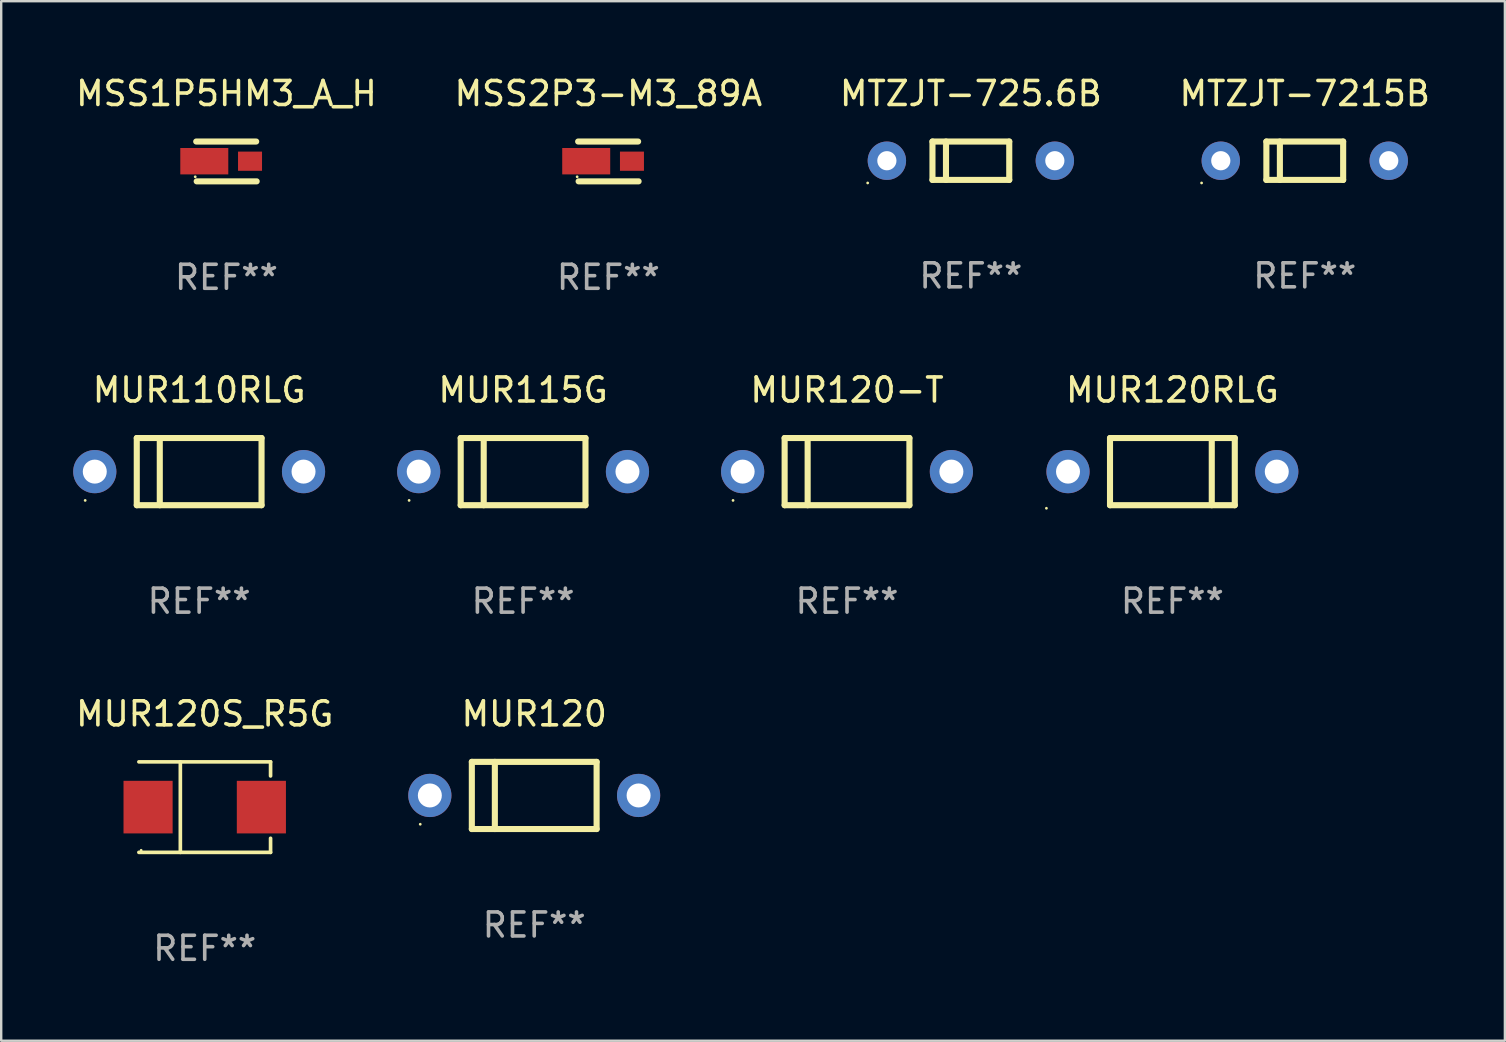
<source format=kicad_pcb>
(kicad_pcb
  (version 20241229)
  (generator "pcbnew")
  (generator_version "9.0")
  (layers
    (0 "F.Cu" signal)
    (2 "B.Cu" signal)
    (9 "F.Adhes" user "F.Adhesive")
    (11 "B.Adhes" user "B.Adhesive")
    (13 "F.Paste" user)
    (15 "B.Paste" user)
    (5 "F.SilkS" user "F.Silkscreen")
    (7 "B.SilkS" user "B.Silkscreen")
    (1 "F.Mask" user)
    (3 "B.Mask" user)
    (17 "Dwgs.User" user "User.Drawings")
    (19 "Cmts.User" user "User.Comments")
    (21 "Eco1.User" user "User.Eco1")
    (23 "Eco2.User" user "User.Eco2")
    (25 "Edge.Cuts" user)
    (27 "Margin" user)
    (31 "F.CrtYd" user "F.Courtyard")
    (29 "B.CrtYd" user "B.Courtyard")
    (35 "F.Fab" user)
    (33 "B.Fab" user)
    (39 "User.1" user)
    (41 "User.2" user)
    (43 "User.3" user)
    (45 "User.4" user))
  (footprint "MUR110RLG"
    (layer "F.Cu")
    (at 5.25 16.605)
    (property "Reference" "MUR110RLG" (at 0 -3.4 0) (layer "F.SilkS") (effects (font (size 1 1) (thickness 0.15))))
    (attr through_hole)
    (fp_line (start -2.6 -1.4) (end -2.6 1.4) (stroke (width 0.254) (type solid)) (layer "F.SilkS"))
    (fp_line (start -2.6 -1.4) (end 2.6 -1.4) (stroke (width 0.254) (type solid)) (layer "F.SilkS"))
    (fp_line (start -2.6 1.4) (end 2.6 1.4) (stroke (width 0.254) (type solid)) (layer "F.SilkS"))
    (fp_line (start -1.641 -1.4) (end -1.641 1.4) (stroke (width 0.254) (type solid)) (layer "F.SilkS"))
    (fp_line (start 2.6 -1.4) (end 2.6 1.4) (stroke (width 0.254) (type solid)) (layer "F.SilkS"))
    (fp_circle (center -4.75 1.2) (end -4.72 1.2) (stroke (width 0.06) (type solid)) (fill no) (layer "F.SilkS"))
    (fp_text user "REF**" (at 0 5.4 0) (layer "F.Fab") (effects (font (size 1 1) (thickness 0.15))))
    (pad "1" thru_hole circle (at -4.35 0) (size 1.8 1.8) (drill 1) (layers "*.Cu" "*.Mask"))
    (pad "2" thru_hole circle (at 4.35 0) (size 1.8 1.8) (drill 1) (layers "*.Cu" "*.Mask")))
  (footprint "MUR120RLG"
    (layer "F.Cu")
    (at 45.81 16.605)
    (property "Reference" "MUR120RLG" (at 0 -3.4 0) (layer "F.SilkS") (effects (font (size 1 1) (thickness 0.15))))
    (attr through_hole)
    (fp_line (start -2.6 1.4) (end -2.6 -1.4) (stroke (width 0.254) (type solid)) (layer "F.SilkS"))
    (fp_line (start 1.641 1.4) (end 1.641 -1.4) (stroke (width 0.254) (type solid)) (layer "F.SilkS"))
    (fp_line (start 2.6 -1.4) (end -2.6 -1.4) (stroke (width 0.254) (type solid)) (layer "F.SilkS"))
    (fp_line (start 2.6 1.4) (end -2.6 1.4) (stroke (width 0.254) (type solid)) (layer "F.SilkS"))
    (fp_line (start 2.6 1.4) (end 2.6 -1.4) (stroke (width 0.254) (type solid)) (layer "F.SilkS"))
    (fp_circle (center -5.25 1.527) (end -5.22 1.527) (stroke (width 0.06) (type solid)) (fill no) (layer "F.SilkS"))
    (fp_text user "REF**" (at 0 5.4 0) (layer "F.Fab") (effects (font (size 1 1) (thickness 0.15))))
    (pad "1" thru_hole circle (at -4.35 0) (size 1.8 1.8) (drill 1) (layers "*.Cu" "*.Mask"))
    (pad "2" thru_hole circle (at 4.35 0) (size 1.8 1.8) (drill 1) (layers "*.Cu" "*.Mask")))
  (footprint "MSS1P5HM3_A_H"
    (layer "F.Cu")
    (at 6.387 3.678)
    (property "Reference" "MSS1P5HM3_A_H" (at 0 -2.83 0) (layer "F.SilkS") (effects (font (size 1 1) (thickness 0.15))))
    (attr through_hole)
    (fp_line (start -1.26 -0.83) (end 1.24 -0.83) (stroke (width 0.254) (type solid)) (layer "F.SilkS"))
    (fp_line (start -1.24 0.83) (end 1.26 0.83) (stroke (width 0.254) (type solid)) (layer "F.SilkS"))
    (fp_circle (center -1.301 0.64) (end -1.271 0.64) (stroke (width 0.06) (type solid)) (fill no) (layer "F.SilkS"))
    (fp_text user "REF**" (at 0 4.83 0) (layer "F.Fab") (effects (font (size 1 1) (thickness 0.15))))
    (pad "1" smd rect (at -0.923 -0.01 90) (size 1.1 2) (layers "F.Cu" "F.Mask" "F.Paste"))
    (pad "2" smd rect (at 0.983 -0.01) (size 1 0.8) (layers "F.Cu" "F.Mask" "F.Paste")))
  (footprint "MUR120S_R5G"
    (layer "F.Cu")
    (at 5.482 30.587)
    (property "Reference" "MUR120S_R5G" (at 0 -3.886 0) (layer "F.SilkS") (effects (font (size 1 1) (thickness 0.15))))
    (attr through_hole)
    (fp_line (start -2.744 -1.886) (end 2.744 -1.886) (stroke (width 0.152) (type solid)) (layer "F.SilkS"))
    (fp_line (start -2.744 1.886) (end 2.744 1.886) (stroke (width 0.152) (type solid)) (layer "F.SilkS"))
    (fp_line (start -1.016 -1.886) (end -1.016 1.886) (stroke (width 0.152) (type solid)) (layer "F.SilkS"))
    (fp_line (start 2.744 -1.886) (end 2.744 -1.299) (stroke (width 0.152) (type solid)) (layer "F.SilkS"))
    (fp_line (start 2.744 1.886) (end 2.744 1.299) (stroke (width 0.152) (type solid)) (layer "F.SilkS"))
    (fp_circle (center -2.65 1.8) (end -2.62 1.8) (stroke (width 0.06) (type solid)) (fill no) (layer "F.SilkS"))
    (fp_text user "REF**" (at 0 5.886 0) (layer "F.Fab") (effects (font (size 1 1) (thickness 0.15))))
    (pad "1" smd rect (at -2.361 0) (size 2.047 2.192) (layers "F.Cu" "F.Mask" "F.Paste"))
    (pad "2" smd rect (at 2.361 0) (size 2.047 2.192) (layers "F.Cu" "F.Mask" "F.Paste")))
  (footprint "MUR120"
    (layer "F.Cu")
    (at 19.214 30.101)
    (property "Reference" "MUR120" (at 0 -3.4 0) (layer "F.SilkS") (effects (font (size 1 1) (thickness 0.15))))
    (attr through_hole)
    (fp_line (start -2.6 -1.4) (end -2.6 1.4) (stroke (width 0.254) (type solid)) (layer "F.SilkS"))
    (fp_line (start -2.6 -1.4) (end 2.6 -1.4) (stroke (width 0.254) (type solid)) (layer "F.SilkS"))
    (fp_line (start -2.6 1.4) (end 2.6 1.4) (stroke (width 0.254) (type solid)) (layer "F.SilkS"))
    (fp_line (start -1.641 -1.4) (end -1.641 1.4) (stroke (width 0.254) (type solid)) (layer "F.SilkS"))
    (fp_line (start 2.6 -1.4) (end 2.6 1.4) (stroke (width 0.254) (type solid)) (layer "F.SilkS"))
    (fp_circle (center -4.75 1.2) (end -4.72 1.2) (stroke (width 0.06) (type solid)) (fill no) (layer "F.SilkS"))
    (fp_text user "REF**" (at 0 5.4 0) (layer "F.Fab") (effects (font (size 1 1) (thickness 0.15))))
    (pad "1" thru_hole circle (at -4.35 0) (size 1.8 1.8) (drill 1) (layers "*.Cu" "*.Mask"))
    (pad "2" thru_hole circle (at 4.35 0) (size 1.8 1.8) (drill 1) (layers "*.Cu" "*.Mask")))
  (footprint "MTZJT-725.6B"
    (layer "F.Cu")
    (at 37.411 3.648)
    (property "Reference" "MTZJT-725.6B" (at 0 -2.8 0) (layer "F.SilkS") (effects (font (size 1 1) (thickness 0.15))))
    (attr through_hole)
    (fp_line (start -1.6 -0.8) (end -1.6 0.8) (stroke (width 0.254) (type solid)) (layer "F.SilkS"))
    (fp_line (start -1.6 -0.8) (end 1.6 -0.8) (stroke (width 0.254) (type solid)) (layer "F.SilkS"))
    (fp_line (start -1.6 0.8) (end 1.6 0.8) (stroke (width 0.254) (type solid)) (layer "F.SilkS"))
    (fp_line (start -1.037 -0.8) (end -1.037 0.8) (stroke (width 0.254) (type solid)) (layer "F.SilkS"))
    (fp_line (start 1.6 -0.8) (end 1.6 0.8) (stroke (width 0.254) (type solid)) (layer "F.SilkS"))
    (fp_circle (center -4.3 0.927) (end -4.27 0.927) (stroke (width 0.06) (type solid)) (fill no) (layer "F.SilkS"))
    (fp_text user "REF**" (at 0 4.8 0) (layer "F.Fab") (effects (font (size 1 1) (thickness 0.15))))
    (pad "1" thru_hole circle (at -3.5 0) (size 1.6 1.6) (drill 0.8) (layers "*.Cu" "*.Mask"))
    (pad "2" thru_hole circle (at 3.5 0) (size 1.6 1.6) (drill 0.8) (layers "*.Cu" "*.Mask")))
  (footprint "MUR115G"
    (layer "F.Cu")
    (at 18.75 16.605)
    (property "Reference" "MUR115G" (at 0 -3.4 0) (layer "F.SilkS") (effects (font (size 1 1) (thickness 0.15))))
    (attr through_hole)
    (fp_line (start -2.6 -1.4) (end -2.6 1.4) (stroke (width 0.254) (type solid)) (layer "F.SilkS"))
    (fp_line (start -2.6 -1.4) (end 2.6 -1.4) (stroke (width 0.254) (type solid)) (layer "F.SilkS"))
    (fp_line (start -2.6 1.4) (end 2.6 1.4) (stroke (width 0.254) (type solid)) (layer "F.SilkS"))
    (fp_line (start -1.641 -1.4) (end -1.641 1.4) (stroke (width 0.254) (type solid)) (layer "F.SilkS"))
    (fp_line (start 2.6 -1.4) (end 2.6 1.4) (stroke (width 0.254) (type solid)) (layer "F.SilkS"))
    (fp_circle (center -4.75 1.2) (end -4.72 1.2) (stroke (width 0.06) (type solid)) (fill no) (layer "F.SilkS"))
    (fp_text user "REF**" (at 0 5.4 0) (layer "F.Fab") (effects (font (size 1 1) (thickness 0.15))))
    (pad "1" thru_hole circle (at -4.35 0) (size 1.8 1.8) (drill 1) (layers "*.Cu" "*.Mask"))
    (pad "2" thru_hole circle (at 4.35 0) (size 1.8 1.8) (drill 1) (layers "*.Cu" "*.Mask")))
  (footprint "MTZJT-7215B"
    (layer "F.Cu")
    (at 51.327 3.648)
    (property "Reference" "MTZJT-7215B" (at 0 -2.8 0) (layer "F.SilkS") (effects (font (size 1 1) (thickness 0.15))))
    (attr through_hole)
    (fp_line (start -1.6 -0.8) (end -1.6 0.8) (stroke (width 0.254) (type solid)) (layer "F.SilkS"))
    (fp_line (start -1.6 -0.8) (end 1.6 -0.8) (stroke (width 0.254) (type solid)) (layer "F.SilkS"))
    (fp_line (start -1.6 0.8) (end 1.6 0.8) (stroke (width 0.254) (type solid)) (layer "F.SilkS"))
    (fp_line (start -1.037 -0.8) (end -1.037 0.8) (stroke (width 0.254) (type solid)) (layer "F.SilkS"))
    (fp_line (start 1.6 -0.8) (end 1.6 0.8) (stroke (width 0.254) (type solid)) (layer "F.SilkS"))
    (fp_circle (center -4.3 0.927) (end -4.27 0.927) (stroke (width 0.06) (type solid)) (fill no) (layer "F.SilkS"))
    (fp_text user "REF**" (at 0 4.8 0) (layer "F.Fab") (effects (font (size 1 1) (thickness 0.15))))
    (pad "1" thru_hole circle (at -3.5 0) (size 1.6 1.6) (drill 0.8) (layers "*.Cu" "*.Mask"))
    (pad "2" thru_hole circle (at 3.5 0) (size 1.6 1.6) (drill 0.8) (layers "*.Cu" "*.Mask")))
  (footprint "MSS2P3-M3_89A"
    (layer "F.Cu")
    (at 22.304 3.678)
    (property "Reference" "MSS2P3-M3_89A" (at 0 -2.83 0) (layer "F.SilkS") (effects (font (size 1 1) (thickness 0.15))))
    (attr through_hole)
    (fp_line (start -1.26 -0.83) (end 1.24 -0.83) (stroke (width 0.254) (type solid)) (layer "F.SilkS"))
    (fp_line (start -1.24 0.83) (end 1.26 0.83) (stroke (width 0.254) (type solid)) (layer "F.SilkS"))
    (fp_circle (center -1.301 0.64) (end -1.271 0.64) (stroke (width 0.06) (type solid)) (fill no) (layer "F.SilkS"))
    (fp_text user "REF**" (at 0 4.83 0) (layer "F.Fab") (effects (font (size 1 1) (thickness 0.15))))
    (pad "1" smd rect (at -0.923 -0.01 90) (size 1.1 2) (layers "F.Cu" "F.Mask" "F.Paste"))
    (pad "2" smd rect (at 0.983 -0.01) (size 1 0.8) (layers "F.Cu" "F.Mask" "F.Paste")))
  (footprint "MUR120-T"
    (layer "F.Cu")
    (at 32.25 16.605)
    (property "Reference" "MUR120-T" (at 0 -3.4 0) (layer "F.SilkS") (effects (font (size 1 1) (thickness 0.15))))
    (attr through_hole)
    (fp_line (start -2.6 -1.4) (end -2.6 1.4) (stroke (width 0.254) (type solid)) (layer "F.SilkS"))
    (fp_line (start -2.6 -1.4) (end 2.6 -1.4) (stroke (width 0.254) (type solid)) (layer "F.SilkS"))
    (fp_line (start -2.6 1.4) (end 2.6 1.4) (stroke (width 0.254) (type solid)) (layer "F.SilkS"))
    (fp_line (start -1.641 -1.4) (end -1.641 1.4) (stroke (width 0.254) (type solid)) (layer "F.SilkS"))
    (fp_line (start 2.6 -1.4) (end 2.6 1.4) (stroke (width 0.254) (type solid)) (layer "F.SilkS"))
    (fp_circle (center -4.75 1.2) (end -4.72 1.2) (stroke (width 0.06) (type solid)) (fill no) (layer "F.SilkS"))
    (fp_text user "REF**" (at 0 5.4 0) (layer "F.Fab") (effects (font (size 1 1) (thickness 0.15))))
    (pad "1" thru_hole circle (at -4.35 0) (size 1.8 1.8) (drill 1) (layers "*.Cu" "*.Mask"))
    (pad "2" thru_hole circle (at 4.35 0) (size 1.8 1.8) (drill 1) (layers "*.Cu" "*.Mask")))
  (gr_rect
    (start -3 -3)
    (end 59.667 40.322)
    (stroke (width 0.1) (type default))
    (fill no)
    (layer "Edge.Cuts")))
</source>
